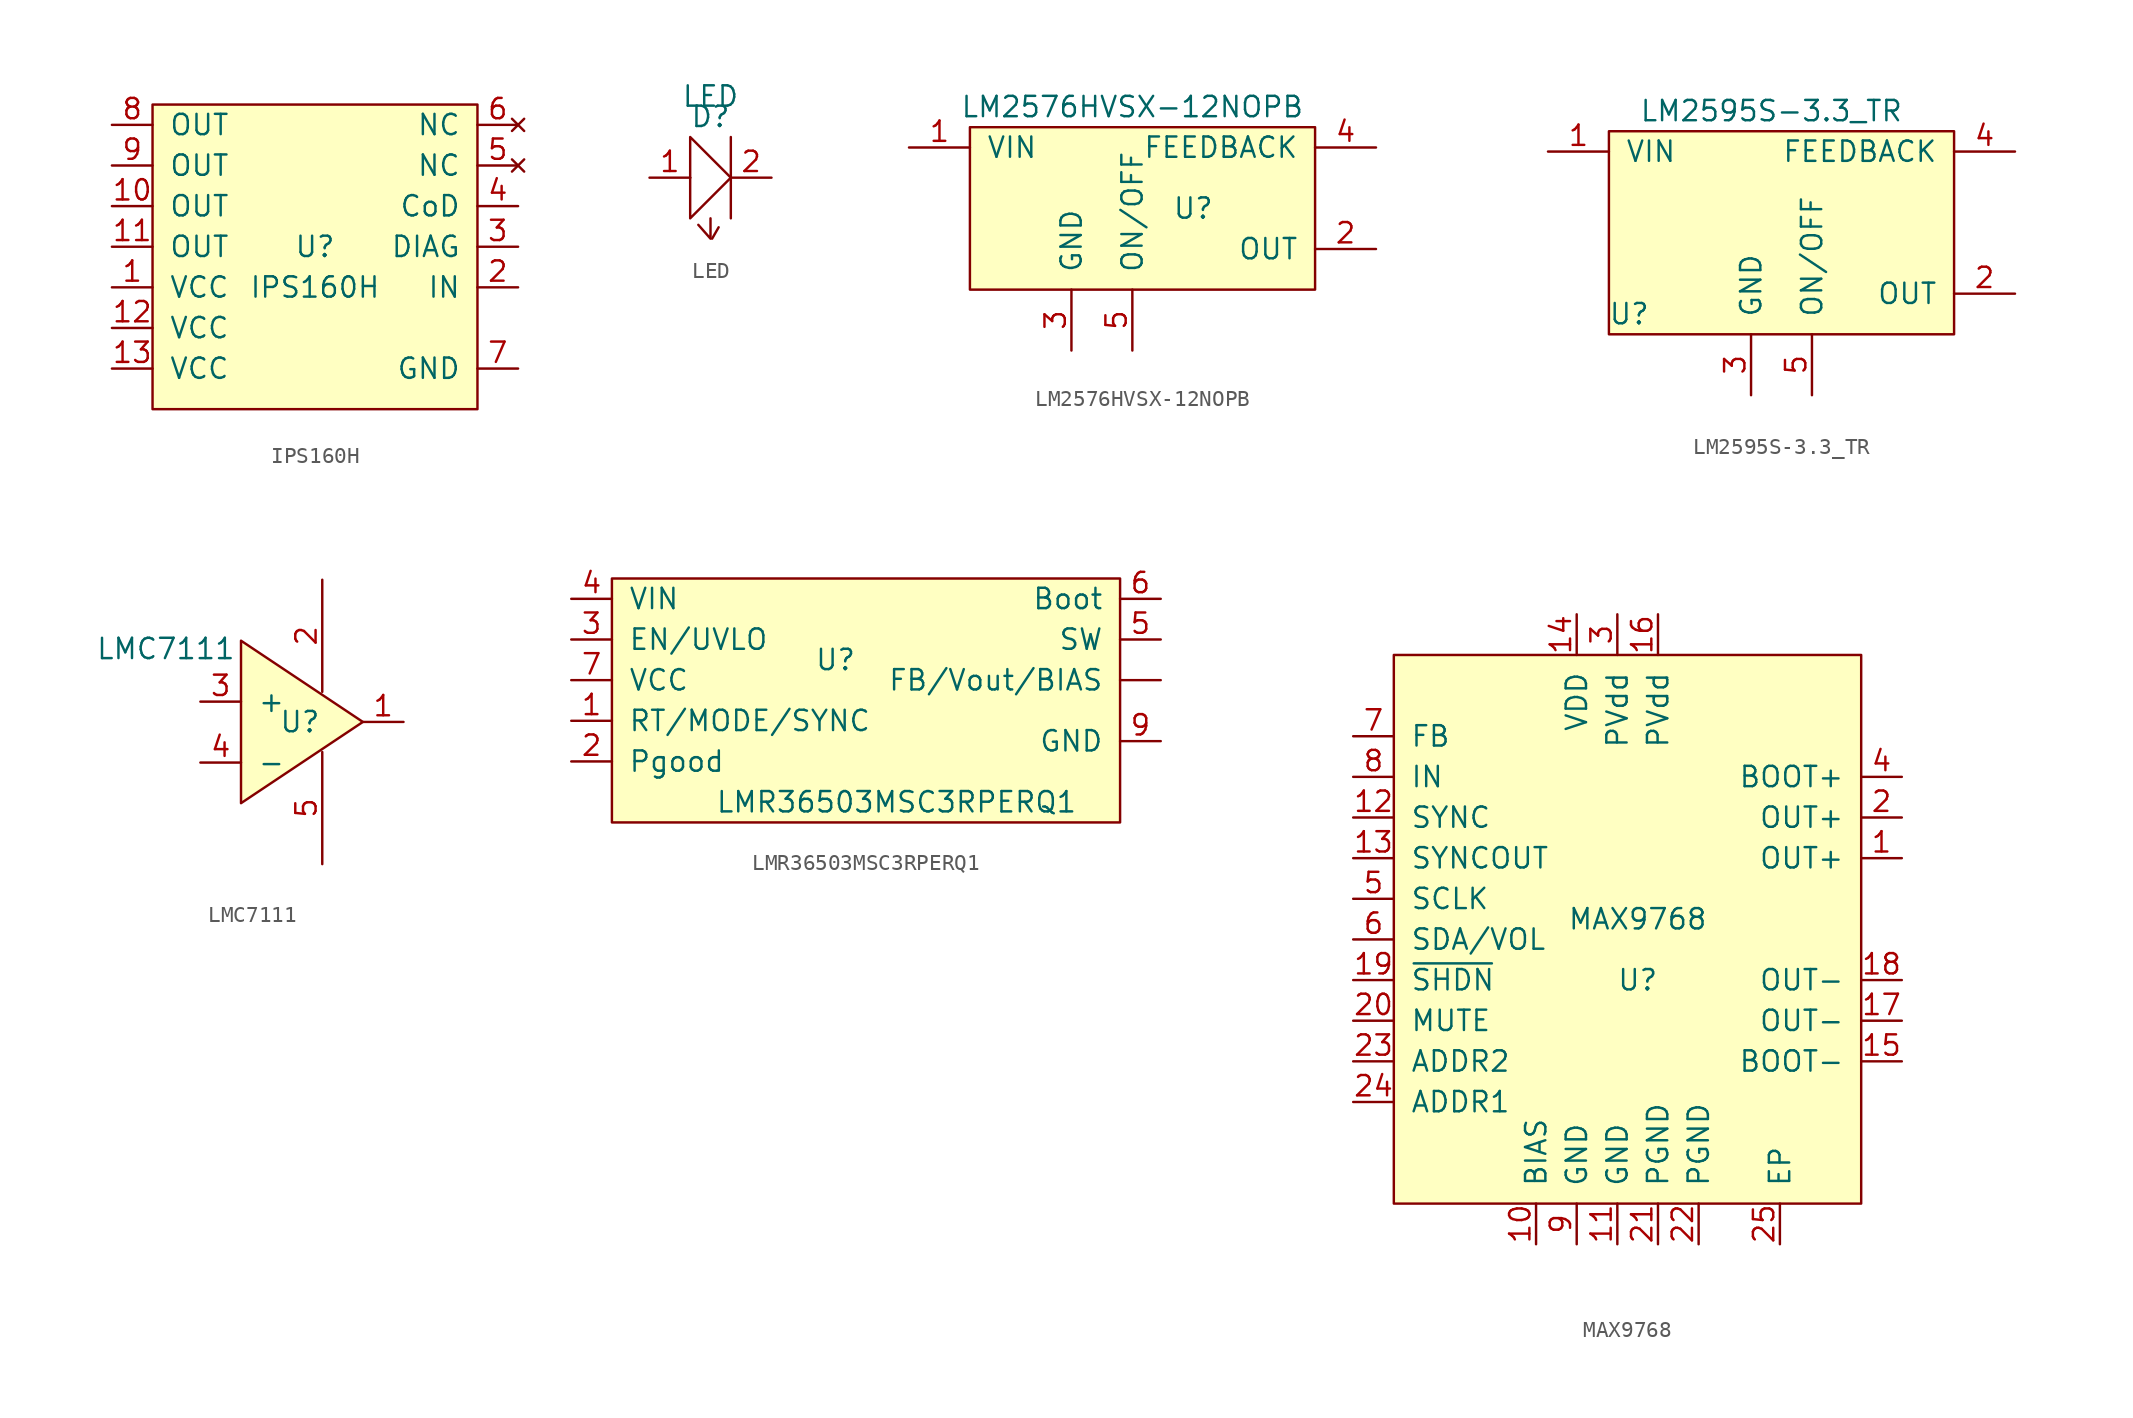
<source format=kicad_sym>
(kicad_symbol_lib
  (version 20201005)
  (generator kicad_symbol_editor)
  (symbol "Halfgelijders:IPS160H"
    (pin_names
      (offset 1.016))
    (property "Reference" "U"
      (at 0 0 0)
      (effects (font (size 1.27 1.27))))
    (property "Value" "IPS160H"
      (at 0 -2.54 0)
      (effects (font (size 1.27 1.27))))
    (symbol "IPS160H_0_1"
      (rectangle (start -10.16 8.89) (end 10.16 -10.16) (stroke (width 0)) (fill (type background))))
    (symbol "IPS160H_1_1"
      (pin power_in line (at -12.7 -2.54 0) (length 2.54) (name "VCC" (effects (font (size 1.27 1.27)))) (number "1" (effects (font (size 1.27 1.27)))))
      (pin power_out line (at -12.7 2.54 0) (length 2.54) (name "OUT" (effects (font (size 1.27 1.27)))) (number "10" (effects (font (size 1.27 1.27)))))
      (pin power_out line (at -12.7 0 0) (length 2.54) (name "OUT" (effects (font (size 1.27 1.27)))) (number "11" (effects (font (size 1.27 1.27)))))
      (pin power_in line (at -12.7 -5.08 0) (length 2.54) (name "VCC" (effects (font (size 1.27 1.27)))) (number "12" (effects (font (size 1.27 1.27)))))
      (pin power_in line (at -12.7 -7.62 0) (length 2.54) (name "VCC" (effects (font (size 1.27 1.27)))) (number "13" (effects (font (size 1.27 1.27)))))
      (pin input line (at 12.7 -2.54 180) (length 2.54) (name "IN" (effects (font (size 1.27 1.27)))) (number "2" (effects (font (size 1.27 1.27)))))
      (pin output line (at 12.7 0 180) (length 2.54) (name "DIAG" (effects (font (size 1.27 1.27)))) (number "3" (effects (font (size 1.27 1.27)))))
      (pin output line (at 12.7 2.54 180) (length 2.54) (name "CoD" (effects (font (size 1.27 1.27)))) (number "4" (effects (font (size 1.27 1.27)))))
      (pin no_connect line (at 12.7 5.08 180) (length 2.54) (name "NC" (effects (font (size 1.27 1.27)))) (number "5" (effects (font (size 1.27 1.27)))))
      (pin no_connect line (at 12.7 7.62 180) (length 2.54) (name "NC" (effects (font (size 1.27 1.27)))) (number "6" (effects (font (size 1.27 1.27)))))
      (pin power_out line (at 12.7 -7.62 180) (length 2.54) (name "GND" (effects (font (size 1.27 1.27)))) (number "7" (effects (font (size 1.27 1.27)))))
      (pin power_out line (at -12.7 7.62 0) (length 2.54) (name "OUT" (effects (font (size 1.27 1.27)))) (number "8" (effects (font (size 1.27 1.27)))))
      (pin power_out line (at -12.7 5.08 0) (length 2.54) (name "OUT" (effects (font (size 1.27 1.27)))) (number "9" (effects (font (size 1.27 1.27)))))))
  (symbol "Halfgelijders:LED"
    (property "Reference" "D"
      (at 0 3.81 0)
      (effects (font (size 1.27 1.27))))
    (property "Value" "LED"
      (at 0 5.08 0)
      (effects (font (size 1.27 1.27))))
    (symbol "LED_0_1"
      (polyline (pts (xy 0.102 -3.81) (xy 0.508 -3.099)) (stroke (width 0.152)) (fill (type none)))
      (polyline (pts (xy 1.27 2.54) (xy 1.27 -2.54)) (stroke (width 0.152)) (fill (type none)))
      (polyline (pts (xy -1.27 0) (xy -1.27 -2.54) (xy 1.27 0)) (stroke (width 0.152)) (fill (type none)))
      (polyline (pts (xy 0 -2.54) (xy 0 -3.81) (xy -0.762 -2.946)) (stroke (width 0.152)) (fill (type none)))
      (polyline (pts (xy -1.27 0) (xy -1.27 1.27) (xy -1.27 2.54) (xy 1.27 0)) (stroke (width 0.152)) (fill (type none))))
    (symbol "LED_1_1"
      (pin input line (at -3.81 0 0) (length 2.54) (name "" (effects (font (size 1.27 1.27)))) (number "1" (effects (font (size 1.27 1.27)))))
      (pin input line (at 3.81 0 180) (length 2.54) (name "" (effects (font (size 1.27 1.27)))) (number "2" (effects (font (size 1.27 1.27)))))))
  (symbol "Halfgelijders:LM2576HVSX-12NOPB"
    (pin_names
      (offset 1.016))
    (property "Reference" "U"
      (at 13.97 0 0)
      (effects (font (size 1.27 1.27))))
    (property "Value" "LM2576HVSX-12NOPB"
      (at 10.16 6.35 0)
      (effects (font (size 1.27 1.27))))
    (symbol "LM2576HVSX-12NOPB_0_1"
      (rectangle (start 0 5.08) (end 21.59 -5.08) (stroke (width 0)) (fill (type background))))
    (symbol "LM2576HVSX-12NOPB_1_1"
      (pin input line (at -3.81 3.81 0) (length 3.81) (name "VIN" (effects (font (size 1.27 1.27)))) (number "1" (effects (font (size 1.27 1.27)))))
      (pin input line (at 25.4 -2.54 180) (length 3.81) (name "OUT" (effects (font (size 1.27 1.27)))) (number "2" (effects (font (size 1.27 1.27)))))
      (pin input line (at 6.35 -8.89 90) (length 3.81) (name "GND" (effects (font (size 1.27 1.27)))) (number "3" (effects (font (size 1.27 1.27)))))
      (pin input line (at 25.4 3.81 180) (length 3.81) (name "FEEDBACK" (effects (font (size 1.27 1.27)))) (number "4" (effects (font (size 1.27 1.27)))))
      (pin input line (at 10.16 -8.89 90) (length 3.81) (name "ON/OFF" (effects (font (size 1.27 1.27)))) (number "5" (effects (font (size 1.27 1.27)))))))
  (symbol "Halfgelijders:LM2595S-3.3_TR"
    (pin_names
      (offset 1.016))
    (property "Reference" "U"
      (at -8.89 -2.54 0)
      (effects (font (size 1.27 1.27))))
    (property "Value" "LM2595S-3.3_TR"
      (at 0 10.16 0)
      (effects (font (size 1.27 1.27))))
    (symbol "LM2595S-3.3_TR_0_1"
      (rectangle (start -10.16 8.89) (end 11.43 -3.81) (stroke (width 0)) (fill (type background))))
    (symbol "LM2595S-3.3_TR_1_1"
      (pin input line (at -13.97 7.62 0) (length 3.81) (name "VIN" (effects (font (size 1.27 1.27)))) (number "1" (effects (font (size 1.27 1.27)))))
      (pin input line (at 15.24 -1.27 180) (length 3.81) (name "OUT" (effects (font (size 1.27 1.27)))) (number "2" (effects (font (size 1.27 1.27)))))
      (pin input line (at -1.27 -7.62 90) (length 3.81) (name "GND" (effects (font (size 1.27 1.27)))) (number "3" (effects (font (size 1.27 1.27)))))
      (pin input line (at 15.24 7.62 180) (length 3.81) (name "FEEDBACK" (effects (font (size 1.27 1.27)))) (number "4" (effects (font (size 1.27 1.27)))))
      (pin input line (at 2.54 -7.62 90) (length 3.81) (name "ON/OFF" (effects (font (size 1.27 1.27)))) (number "5" (effects (font (size 1.27 1.27)))))))
  (symbol "Halfgelijders:LMC7111"
    (pin_names
      (offset 1.016))
    (property "Reference" "U"
      (at 1.143 0 0)
      (effects (font (size 1.27 1.27))))
    (property "Value" "LMC7111"
      (at -7.239 4.572 0)
      (effects (font (size 1.27 1.27))))
    (symbol "LMC7111_0_1"
      (polyline (pts (xy -2.54 5.08) (xy 5.08 0) (xy -2.54 -5.08) (xy -2.54 5.08)) (stroke (width 0)) (fill (type background))))
    (symbol "LMC7111_1_1"
      (pin input line (at 7.62 0 180) (length 2.54) (name "~" (effects (font (size 1.27 1.27)))) (number "1" (effects (font (size 1.27 1.27)))))
      (pin unspecified line (at 2.54 8.89 270) (length 7.01) (name "~" (effects (font (size 1.27 1.27)))) (number "2" (effects (font (size 1.27 1.27)))))
      (pin input line (at -5.08 1.27 0) (length 2.54) (name "+" (effects (font (size 1.27 1.27)))) (number "3" (effects (font (size 1.27 1.27)))))
      (pin input line (at -5.08 -2.54 0) (length 2.54) (name "-" (effects (font (size 1.27 1.27)))) (number "4" (effects (font (size 1.27 1.27)))))
      (pin unspecified line (at 2.54 -8.89 90) (length 7.01) (name "~" (effects (font (size 1.27 1.27)))) (number "5" (effects (font (size 1.27 1.27)))))))
  (symbol "Halfgelijders:LMR36503MSC3RPERQ1"
    (pin_names
      (offset 1.016))
    (property "Reference" "U"
      (at 13.97 1.27 0)
      (effects (font (size 1.27 1.27))))
    (property "Value" "LMR36503MSC3RPERQ1"
      (at 17.78 -7.62 0)
      (effects (font (size 1.27 1.27))))
    (symbol "LMR36503MSC3RPERQ1_0_1"
      (rectangle (start 0 6.35) (end 31.75 -8.89) (stroke (width 0)) (fill (type background))))
    (symbol "LMR36503MSC3RPERQ1_1_1"
      (pin unspecified line (at -2.54 -2.54 0) (length 2.54) (name "RT/MODE/SYNC" (effects (font (size 1.27 1.27)))) (number "1" (effects (font (size 1.27 1.27)))))
      (pin unspecified line (at -2.54 -5.08 0) (length 2.54) (name "Pgood" (effects (font (size 1.27 1.27)))) (number "2" (effects (font (size 1.27 1.27)))))
      (pin unspecified line (at -2.54 2.54 0) (length 2.54) (name "EN/UVLO" (effects (font (size 1.27 1.27)))) (number "3" (effects (font (size 1.27 1.27)))))
      (pin unspecified line (at -2.54 5.08 0) (length 2.54) (name "VIN" (effects (font (size 1.27 1.27)))) (number "4" (effects (font (size 1.27 1.27)))))
      (pin unspecified line (at 34.29 2.54 180) (length 2.54) (name "SW" (effects (font (size 1.27 1.27)))) (number "5" (effects (font (size 1.27 1.27)))))
      (pin unspecified line (at 34.29 5.08 180) (length 2.54) (name "Boot" (effects (font (size 1.27 1.27)))) (number "6" (effects (font (size 1.27 1.27)))))
      (pin unspecified line (at -2.54 0 0) (length 2.54) (name "VCC" (effects (font (size 1.27 1.27)))) (number "7" (effects (font (size 1.27 1.27)))))
      (pin unspecified line (at 34.29 -3.81 180) (length 2.54) (name "GND" (effects (font (size 1.27 1.27)))) (number "9" (effects (font (size 1.27 1.27)))))
      (pin unspecified line (at 34.29 0 180) (length 2.54) (name "FB/Vout/BIAS" (effects (font (size 1.27 1.27)))) (number "~" (effects (font (size 1.27 1.27)))))))
  (symbol "Halfgelijders:MAX9768"
    (pin_names
      (offset 1.016))
    (property "Reference" "U"
      (at 2.54 -3.81 0)
      (effects (font (size 1.27 1.27))))
    (property "Value" "MAX9768"
      (at 2.54 0 0)
      (effects (font (size 1.27 1.27))))
    (symbol "MAX9768_0_1"
      (rectangle (start -12.7 16.51) (end 16.51 -17.78) (stroke (width 0)) (fill (type background))))
    (symbol "MAX9768_1_1"
      (pin input line (at 19.05 3.81 180) (length 2.54) (name "OUT+" (effects (font (size 1.27 1.27)))) (number "1" (effects (font (size 1.27 1.27)))))
      (pin input line (at -3.81 -20.32 90) (length 2.54) (name "BIAS" (effects (font (size 1.27 1.27)))) (number "10" (effects (font (size 1.27 1.27)))))
      (pin input line (at 1.27 -20.32 90) (length 2.54) (name "GND" (effects (font (size 1.27 1.27)))) (number "11" (effects (font (size 1.27 1.27)))))
      (pin input line (at -15.24 6.35 0) (length 2.54) (name "SYNC" (effects (font (size 1.27 1.27)))) (number "12" (effects (font (size 1.27 1.27)))))
      (pin input line (at -15.24 3.81 0) (length 2.54) (name "SYNCOUT" (effects (font (size 1.27 1.27)))) (number "13" (effects (font (size 1.27 1.27)))))
      (pin input line (at -1.27 19.05 270) (length 2.54) (name "VDD" (effects (font (size 1.27 1.27)))) (number "14" (effects (font (size 1.27 1.27)))))
      (pin input line (at 19.05 -8.89 180) (length 2.54) (name "BOOT-" (effects (font (size 1.27 1.27)))) (number "15" (effects (font (size 1.27 1.27)))))
      (pin input line (at 3.81 19.05 270) (length 2.54) (name "PVdd" (effects (font (size 1.27 1.27)))) (number "16" (effects (font (size 1.27 1.27)))))
      (pin input line (at 19.05 -6.35 180) (length 2.54) (name "OUT-" (effects (font (size 1.27 1.27)))) (number "17" (effects (font (size 1.27 1.27)))))
      (pin input line (at 19.05 -3.81 180) (length 2.54) (name "OUT-" (effects (font (size 1.27 1.27)))) (number "18" (effects (font (size 1.27 1.27)))))
      (pin input line (at -15.24 -3.81 0) (length 2.54) (name "~SHDN" (effects (font (size 1.27 1.27)))) (number "19" (effects (font (size 1.27 1.27)))))
      (pin input line (at 19.05 6.35 180) (length 2.54) (name "OUT+" (effects (font (size 1.27 1.27)))) (number "2" (effects (font (size 1.27 1.27)))))
      (pin input line (at -15.24 -6.35 0) (length 2.54) (name "MUTE" (effects (font (size 1.27 1.27)))) (number "20" (effects (font (size 1.27 1.27)))))
      (pin input line (at 3.81 -20.32 90) (length 2.54) (name "PGND" (effects (font (size 1.27 1.27)))) (number "21" (effects (font (size 1.27 1.27)))))
      (pin input line (at 6.35 -20.32 90) (length 2.54) (name "PGND" (effects (font (size 1.27 1.27)))) (number "22" (effects (font (size 1.27 1.27)))))
      (pin input line (at -15.24 -8.89 0) (length 2.54) (name "ADDR2" (effects (font (size 1.27 1.27)))) (number "23" (effects (font (size 1.27 1.27)))))
      (pin input line (at -15.24 -11.43 0) (length 2.54) (name "ADDR1" (effects (font (size 1.27 1.27)))) (number "24" (effects (font (size 1.27 1.27)))))
      (pin input line (at 11.43 -20.32 90) (length 2.54) (name "EP" (effects (font (size 1.27 1.27)))) (number "25" (effects (font (size 1.27 1.27)))))
      (pin input line (at 1.27 19.05 270) (length 2.54) (name "PVdd" (effects (font (size 1.27 1.27)))) (number "3" (effects (font (size 1.27 1.27)))))
      (pin input line (at 19.05 8.89 180) (length 2.54) (name "BOOT+" (effects (font (size 1.27 1.27)))) (number "4" (effects (font (size 1.27 1.27)))))
      (pin input line (at -15.24 1.27 0) (length 2.54) (name "SCLK" (effects (font (size 1.27 1.27)))) (number "5" (effects (font (size 1.27 1.27)))))
      (pin input line (at -15.24 -1.27 0) (length 2.54) (name "SDA/VOL" (effects (font (size 1.27 1.27)))) (number "6" (effects (font (size 1.27 1.27)))))
      (pin input line (at -15.24 11.43 0) (length 2.54) (name "FB" (effects (font (size 1.27 1.27)))) (number "7" (effects (font (size 1.27 1.27)))))
      (pin input line (at -15.24 8.89 0) (length 2.54) (name "IN" (effects (font (size 1.27 1.27)))) (number "8" (effects (font (size 1.27 1.27)))))
      (pin input line (at -1.27 -20.32 90) (length 2.54) (name "GND" (effects (font (size 1.27 1.27)))) (number "9" (effects (font (size 1.27 1.27))))))))
</source>
